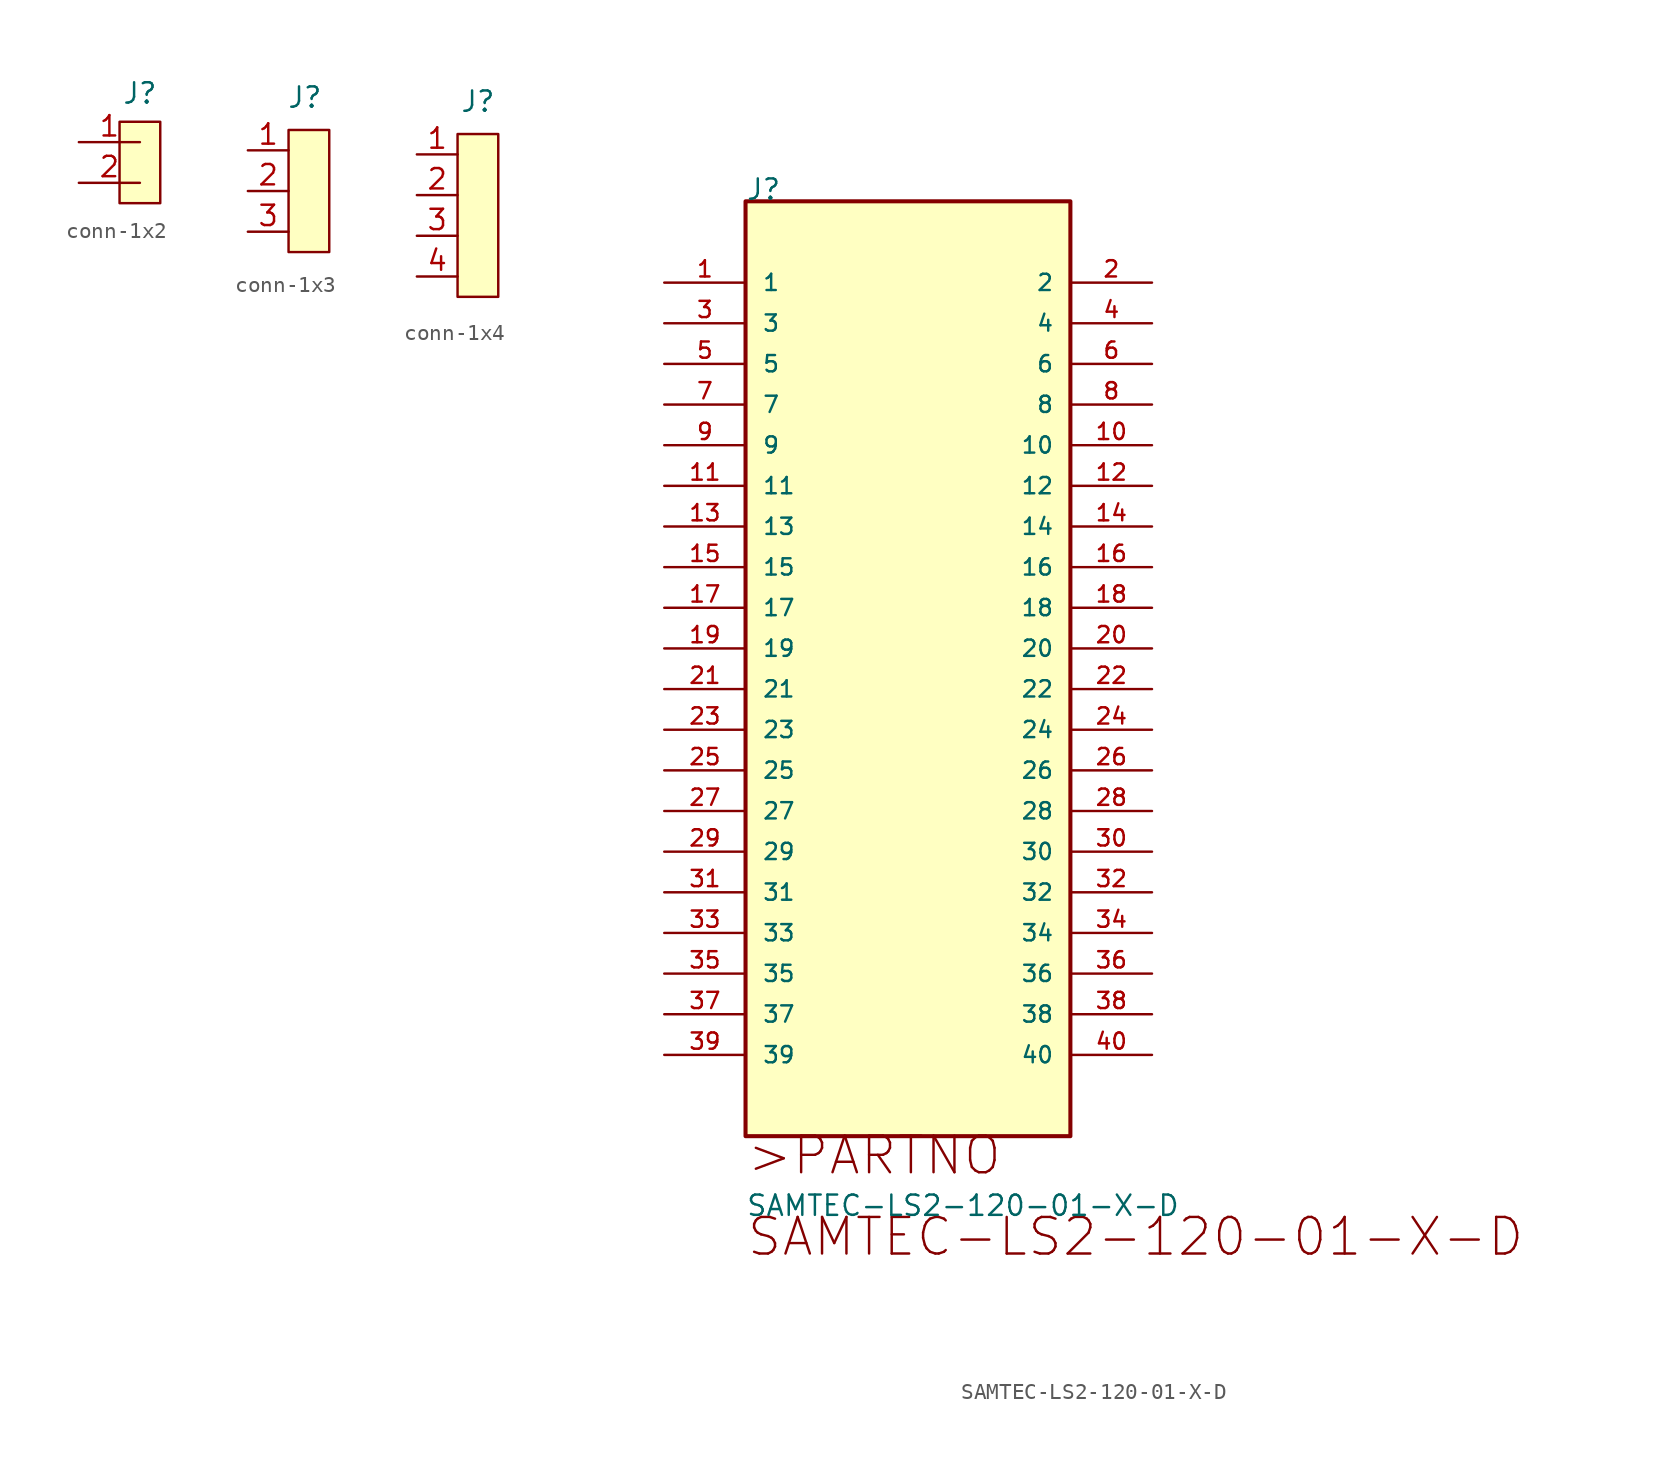
<source format=kicad_sym>
(kicad_symbol_lib
  (version 20231120)
  (generator "kicad_symbol_editor")
  (generator_version "8.0")
  (symbol "conn-1x2"
    (property "Reference" "J"
      (at 1.27 -0.762 0)
      (effects (font (size 1.27 1.27))))
    (property "Value" ""
      (at 0 0 0)
      (effects (font (size 1.27 1.27))))
    (property "ki_locked" ""
      (at 0 0 0)
      (effects (font (size 1.27 1.27))))
    (symbol "conn-1x2_1_1"
      (rectangle (start 0 -2.54) (end 2.54 -7.62) (stroke (width 0) (type default)) (fill (type color) (color 255 255 194 1)))
      (pin passive line (at -2.54 -3.81 0) (length 3.81) (name "" (effects (font (size 1.27 1.27)))) (number "1" (effects (font (size 1.27 1.27)))))
      (pin passive line (at -2.54 -6.35 0) (length 3.81) (name "" (effects (font (size 1.27 1.27)))) (number "2" (effects (font (size 1.27 1.27)))))))
  (symbol "conn-1x3"
    (property "Reference" "J"
      (at 1.016 -0.508 0)
      (effects (font (size 1.27 1.27))))
    (property "Value" ""
      (at 0 0 0)
      (effects (font (size 1.27 1.27))))
    (symbol "conn-1x3_0_1"
      (rectangle (start 0 -2.54) (end 2.54 -10.16) (stroke (width 0) (type default)) (fill (type color) (color 255 255 194 1))))
    (symbol "conn-1x3_1_1"
      (pin passive line (at -2.54 -3.81 0) (length 2.54) (name "" (effects (font (size 1.27 1.27)))) (number "1" (effects (font (size 1.27 1.27)))))
      (pin passive line (at -2.54 -6.35 0) (length 2.54) (name "" (effects (font (size 1.27 1.27)))) (number "2" (effects (font (size 1.27 1.27)))))
      (pin passive line (at -2.54 -8.89 0) (length 2.54) (name "" (effects (font (size 1.27 1.27)))) (number "3" (effects (font (size 1.27 1.27)))))))
  (symbol "conn-1x4"
    (property "Reference" "J"
      (at 1.27 -0.508 0)
      (effects (font (size 1.27 1.27))))
    (property "Value" ""
      (at 0 0 0)
      (effects (font (size 1.27 1.27))))
    (property "ki_locked" ""
      (at 0 0 0)
      (effects (font (size 1.27 1.27))))
    (symbol "conn-1x4_1_1"
      (rectangle (start 0 -2.54) (end 2.54 -12.7) (stroke (width 0) (type default)) (fill (type color) (color 255 255 194 1)))
      (pin passive line (at -2.54 -3.81 0) (length 2.54) (name "" (effects (font (size 1.27 1.27)))) (number "1" (effects (font (size 1.27 1.27)))))
      (pin passive line (at -2.54 -6.35 0) (length 2.54) (name "" (effects (font (size 1.27 1.27)))) (number "2" (effects (font (size 1.27 1.27)))))
      (pin passive line (at -2.54 -8.89 0) (length 2.54) (name "" (effects (font (size 1.27 1.27)))) (number "3" (effects (font (size 1.27 1.27)))))
      (pin passive line (at -2.54 -11.43 0) (length 2.54) (name "" (effects (font (size 1.27 1.27)))) (number "4" (effects (font (size 1.27 1.27)))))))
  (symbol "SAMTEC-LS2-120-01-X-D"
    (pin_names
      (offset 1.016))
    (property "Reference" "J"
      (at 0 5.08 0)
      (effects (font (size 1.27 1.27)) (justify left bottom)))
    (property "Value" "SAMTEC-LS2-120-01-X-D"
      (at 0 -58.42 0)
      (effects (font (size 1.27 1.27)) (justify left bottom)))
    (symbol "SAMTEC-LS2-120-01-X-D_0_0"
      (rectangle (start 0 -53.34) (end 20.3 5.08) (stroke (width 0.254) (type default)) (fill (type background)))
      (text ">PARTNO" (at 0 -55.88 0) (effects (font (size 2.286 2.286)) (justify left bottom)))
      (text "SAMTEC-LS2-120-01-X-D" (at 0 -60.96 0) (effects (font (size 2.286 2.286)) (justify left bottom)))
      (pin passive line (at -5.08 0 0) (length 5.08) (name "1" (effects (font (size 1.016 1.016)))) (number "1" (effects (font (size 1.016 1.016)))))
      (pin passive line (at 25.4 -10.16 180) (length 5.08) (name "10" (effects (font (size 1.016 1.016)))) (number "10" (effects (font (size 1.016 1.016)))))
      (pin passive line (at -5.08 -12.7 0) (length 5.08) (name "11" (effects (font (size 1.016 1.016)))) (number "11" (effects (font (size 1.016 1.016)))))
      (pin passive line (at 25.4 -12.7 180) (length 5.08) (name "12" (effects (font (size 1.016 1.016)))) (number "12" (effects (font (size 1.016 1.016)))))
      (pin passive line (at -5.08 -15.24 0) (length 5.08) (name "13" (effects (font (size 1.016 1.016)))) (number "13" (effects (font (size 1.016 1.016)))))
      (pin passive line (at 25.4 -15.24 180) (length 5.08) (name "14" (effects (font (size 1.016 1.016)))) (number "14" (effects (font (size 1.016 1.016)))))
      (pin passive line (at -5.08 -17.78 0) (length 5.08) (name "15" (effects (font (size 1.016 1.016)))) (number "15" (effects (font (size 1.016 1.016)))))
      (pin passive line (at 25.4 -17.78 180) (length 5.08) (name "16" (effects (font (size 1.016 1.016)))) (number "16" (effects (font (size 1.016 1.016)))))
      (pin passive line (at -5.08 -20.32 0) (length 5.08) (name "17" (effects (font (size 1.016 1.016)))) (number "17" (effects (font (size 1.016 1.016)))))
      (pin passive line (at 25.4 -20.32 180) (length 5.08) (name "18" (effects (font (size 1.016 1.016)))) (number "18" (effects (font (size 1.016 1.016)))))
      (pin passive line (at -5.08 -22.86 0) (length 5.08) (name "19" (effects (font (size 1.016 1.016)))) (number "19" (effects (font (size 1.016 1.016)))))
      (pin passive line (at 25.4 0 180) (length 5.08) (name "2" (effects (font (size 1.016 1.016)))) (number "2" (effects (font (size 1.016 1.016)))))
      (pin passive line (at 25.4 -22.86 180) (length 5.08) (name "20" (effects (font (size 1.016 1.016)))) (number "20" (effects (font (size 1.016 1.016)))))
      (pin passive line (at -5.08 -25.4 0) (length 5.08) (name "21" (effects (font (size 1.016 1.016)))) (number "21" (effects (font (size 1.016 1.016)))))
      (pin passive line (at 25.4 -25.4 180) (length 5.08) (name "22" (effects (font (size 1.016 1.016)))) (number "22" (effects (font (size 1.016 1.016)))))
      (pin passive line (at -5.08 -27.94 0) (length 5.08) (name "23" (effects (font (size 1.016 1.016)))) (number "23" (effects (font (size 1.016 1.016)))))
      (pin passive line (at 25.4 -27.94 180) (length 5.08) (name "24" (effects (font (size 1.016 1.016)))) (number "24" (effects (font (size 1.016 1.016)))))
      (pin passive line (at -5.08 -30.48 0) (length 5.08) (name "25" (effects (font (size 1.016 1.016)))) (number "25" (effects (font (size 1.016 1.016)))))
      (pin passive line (at 25.4 -30.48 180) (length 5.08) (name "26" (effects (font (size 1.016 1.016)))) (number "26" (effects (font (size 1.016 1.016)))))
      (pin passive line (at -5.08 -33.02 0) (length 5.08) (name "27" (effects (font (size 1.016 1.016)))) (number "27" (effects (font (size 1.016 1.016)))))
      (pin passive line (at 25.4 -33.02 180) (length 5.08) (name "28" (effects (font (size 1.016 1.016)))) (number "28" (effects (font (size 1.016 1.016)))))
      (pin passive line (at -5.08 -35.56 0) (length 5.08) (name "29" (effects (font (size 1.016 1.016)))) (number "29" (effects (font (size 1.016 1.016)))))
      (pin passive line (at -5.08 -2.54 0) (length 5.08) (name "3" (effects (font (size 1.016 1.016)))) (number "3" (effects (font (size 1.016 1.016)))))
      (pin passive line (at 25.4 -35.56 180) (length 5.08) (name "30" (effects (font (size 1.016 1.016)))) (number "30" (effects (font (size 1.016 1.016)))))
      (pin passive line (at -5.08 -38.1 0) (length 5.08) (name "31" (effects (font (size 1.016 1.016)))) (number "31" (effects (font (size 1.016 1.016)))))
      (pin passive line (at 25.4 -38.1 180) (length 5.08) (name "32" (effects (font (size 1.016 1.016)))) (number "32" (effects (font (size 1.016 1.016)))))
      (pin passive line (at -5.08 -40.64 0) (length 5.08) (name "33" (effects (font (size 1.016 1.016)))) (number "33" (effects (font (size 1.016 1.016)))))
      (pin passive line (at 25.4 -40.64 180) (length 5.08) (name "34" (effects (font (size 1.016 1.016)))) (number "34" (effects (font (size 1.016 1.016)))))
      (pin passive line (at -5.08 -43.18 0) (length 5.08) (name "35" (effects (font (size 1.016 1.016)))) (number "35" (effects (font (size 1.016 1.016)))))
      (pin passive line (at 25.4 -43.18 180) (length 5.08) (name "36" (effects (font (size 1.016 1.016)))) (number "36" (effects (font (size 1.016 1.016)))))
      (pin passive line (at -5.08 -45.72 0) (length 5.08) (name "37" (effects (font (size 1.016 1.016)))) (number "37" (effects (font (size 1.016 1.016)))))
      (pin passive line (at 25.4 -45.72 180) (length 5.08) (name "38" (effects (font (size 1.016 1.016)))) (number "38" (effects (font (size 1.016 1.016)))))
      (pin passive line (at -5.08 -48.26 0) (length 5.08) (name "39" (effects (font (size 1.016 1.016)))) (number "39" (effects (font (size 1.016 1.016)))))
      (pin passive line (at 25.4 -2.54 180) (length 5.08) (name "4" (effects (font (size 1.016 1.016)))) (number "4" (effects (font (size 1.016 1.016)))))
      (pin passive line (at 25.4 -48.26 180) (length 5.08) (name "40" (effects (font (size 1.016 1.016)))) (number "40" (effects (font (size 1.016 1.016)))))
      (pin passive line (at -5.08 -5.08 0) (length 5.08) (name "5" (effects (font (size 1.016 1.016)))) (number "5" (effects (font (size 1.016 1.016)))))
      (pin passive line (at 25.4 -5.08 180) (length 5.08) (name "6" (effects (font (size 1.016 1.016)))) (number "6" (effects (font (size 1.016 1.016)))))
      (pin passive line (at -5.08 -7.62 0) (length 5.08) (name "7" (effects (font (size 1.016 1.016)))) (number "7" (effects (font (size 1.016 1.016)))))
      (pin passive line (at 25.4 -7.62 180) (length 5.08) (name "8" (effects (font (size 1.016 1.016)))) (number "8" (effects (font (size 1.016 1.016)))))
      (pin passive line (at -5.08 -10.16 0) (length 5.08) (name "9" (effects (font (size 1.016 1.016)))) (number "9" (effects (font (size 1.016 1.016))))))))
</source>
